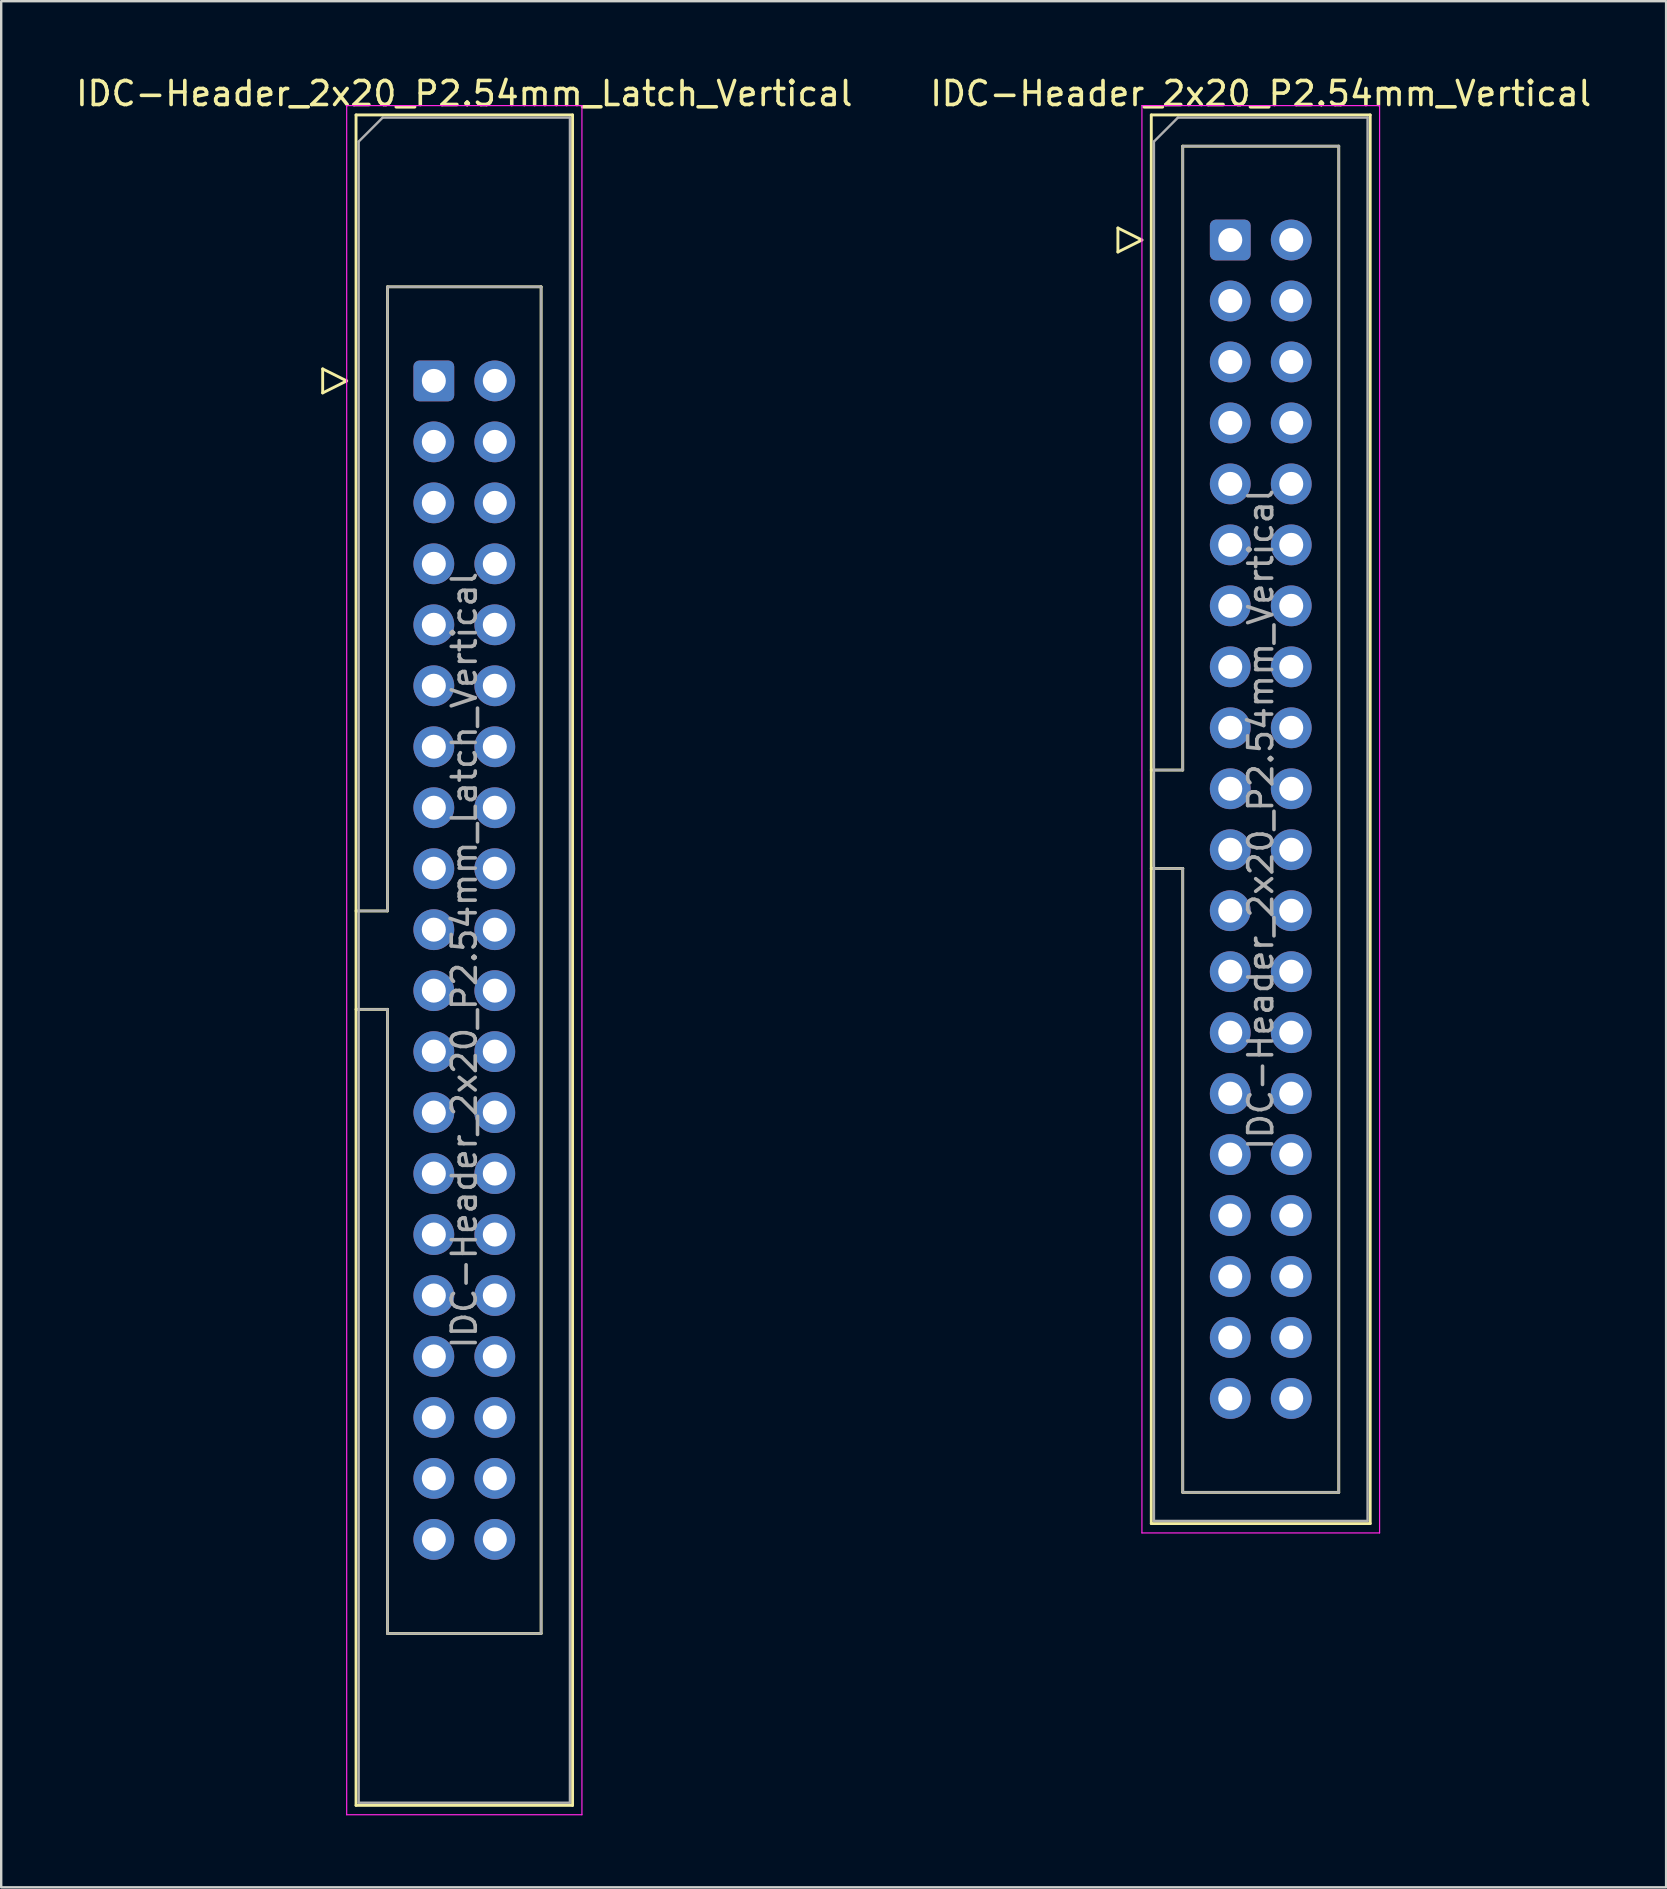
<source format=kicad_pcb>
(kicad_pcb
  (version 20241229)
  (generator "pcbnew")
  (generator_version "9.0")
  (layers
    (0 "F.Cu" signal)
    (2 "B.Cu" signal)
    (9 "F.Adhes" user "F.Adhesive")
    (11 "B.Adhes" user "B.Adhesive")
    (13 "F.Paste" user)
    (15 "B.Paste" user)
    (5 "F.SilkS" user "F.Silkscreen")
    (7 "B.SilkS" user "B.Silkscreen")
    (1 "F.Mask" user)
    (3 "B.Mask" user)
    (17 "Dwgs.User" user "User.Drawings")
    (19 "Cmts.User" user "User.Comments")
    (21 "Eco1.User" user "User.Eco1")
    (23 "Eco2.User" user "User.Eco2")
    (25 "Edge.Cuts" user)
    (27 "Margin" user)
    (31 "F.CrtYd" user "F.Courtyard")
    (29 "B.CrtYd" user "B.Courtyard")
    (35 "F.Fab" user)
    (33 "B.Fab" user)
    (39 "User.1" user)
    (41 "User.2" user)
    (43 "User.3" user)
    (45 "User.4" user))
  (footprint "IDC-Header_2x20_P2.54mm_Vertical"
    (layer "F.Cu")
    (at 48.2 6.948)
    (property "Reference" "IDC-Header_2x20_P2.54mm_Vertical" (at 1.27 -6.1 0) (layer "F.SilkS") (effects (font (size 1 1) (thickness 0.15))))
    (attr through_hole)
    (fp_line (start -4.68 -0.5) (end -4.68 0.5) (stroke (width 0.12) (type solid)) (layer "F.SilkS"))
    (fp_line (start -4.68 0.5) (end -3.68 0) (stroke (width 0.12) (type solid)) (layer "F.SilkS"))
    (fp_line (start -3.68 0) (end -4.68 -0.5) (stroke (width 0.12) (type solid)) (layer "F.SilkS"))
    (fp_line (start -3.29 -5.21) (end 5.83 -5.21) (stroke (width 0.12) (type solid)) (layer "F.SilkS"))
    (fp_line (start -3.29 22.08) (end -1.98 22.08) (stroke (width 0.12) (type solid)) (layer "F.SilkS"))
    (fp_line (start -3.29 53.47) (end -3.29 -5.21) (stroke (width 0.12) (type solid)) (layer "F.SilkS"))
    (fp_line (start -1.98 -3.91) (end 4.52 -3.91) (stroke (width 0.12) (type solid)) (layer "F.SilkS"))
    (fp_line (start -1.98 22.08) (end -1.98 -3.91) (stroke (width 0.12) (type solid)) (layer "F.SilkS"))
    (fp_line (start -1.98 26.18) (end -3.29 26.18) (stroke (width 0.12) (type solid)) (layer "F.SilkS"))
    (fp_line (start -1.98 26.18) (end -1.98 26.18) (stroke (width 0.12) (type solid)) (layer "F.SilkS"))
    (fp_line (start -1.98 52.17) (end -1.98 26.18) (stroke (width 0.12) (type solid)) (layer "F.SilkS"))
    (fp_line (start 4.52 -3.91) (end 4.52 52.17) (stroke (width 0.12) (type solid)) (layer "F.SilkS"))
    (fp_line (start 4.52 52.17) (end -1.98 52.17) (stroke (width 0.12) (type solid)) (layer "F.SilkS"))
    (fp_line (start 5.83 -5.21) (end 5.83 53.47) (stroke (width 0.12) (type solid)) (layer "F.SilkS"))
    (fp_line (start 5.83 53.47) (end -3.29 53.47) (stroke (width 0.12) (type solid)) (layer "F.SilkS"))
    (fp_line (start -3.68 -5.6) (end -3.68 53.86) (stroke (width 0.05) (type solid)) (layer "F.CrtYd"))
    (fp_line (start -3.68 53.86) (end 6.22 53.86) (stroke (width 0.05) (type solid)) (layer "F.CrtYd"))
    (fp_line (start 6.22 -5.6) (end -3.68 -5.6) (stroke (width 0.05) (type solid)) (layer "F.CrtYd"))
    (fp_line (start 6.22 53.86) (end 6.22 -5.6) (stroke (width 0.05) (type solid)) (layer "F.CrtYd"))
    (fp_line (start -3.18 -4.1) (end -2.18 -5.1) (stroke (width 0.1) (type solid)) (layer "F.Fab"))
    (fp_line (start -3.18 22.08) (end -1.98 22.08) (stroke (width 0.1) (type solid)) (layer "F.Fab"))
    (fp_line (start -3.18 53.36) (end -3.18 -4.1) (stroke (width 0.1) (type solid)) (layer "F.Fab"))
    (fp_line (start -2.18 -5.1) (end 5.72 -5.1) (stroke (width 0.1) (type solid)) (layer "F.Fab"))
    (fp_line (start -1.98 -3.91) (end 4.52 -3.91) (stroke (width 0.1) (type solid)) (layer "F.Fab"))
    (fp_line (start -1.98 22.08) (end -1.98 -3.91) (stroke (width 0.1) (type solid)) (layer "F.Fab"))
    (fp_line (start -1.98 26.18) (end -3.18 26.18) (stroke (width 0.1) (type solid)) (layer "F.Fab"))
    (fp_line (start -1.98 26.18) (end -1.98 26.18) (stroke (width 0.1) (type solid)) (layer "F.Fab"))
    (fp_line (start -1.98 52.17) (end -1.98 26.18) (stroke (width 0.1) (type solid)) (layer "F.Fab"))
    (fp_line (start 4.52 -3.91) (end 4.52 52.17) (stroke (width 0.1) (type solid)) (layer "F.Fab"))
    (fp_line (start 4.52 52.17) (end -1.98 52.17) (stroke (width 0.1) (type solid)) (layer "F.Fab"))
    (fp_line (start 5.72 -5.1) (end 5.72 53.36) (stroke (width 0.1) (type solid)) (layer "F.Fab"))
    (fp_line (start 5.72 53.36) (end -3.18 53.36) (stroke (width 0.1) (type solid)) (layer "F.Fab"))
    (fp_text user "${REFERENCE}" (at 1.27 24.13 90) (layer "F.Fab") (effects (font (size 1 1) (thickness 0.15))))
    (pad "1" thru_hole roundrect (at 0 0) (size 1.7 1.7) (drill 1) (layers "*.Cu" "*.Mask") (roundrect_rratio 0.147))
    (pad "2" thru_hole circle (at 2.54 0) (size 1.7 1.7) (drill 1) (layers "*.Cu" "*.Mask"))
    (pad "3" thru_hole circle (at 0 2.54) (size 1.7 1.7) (drill 1) (layers "*.Cu" "*.Mask"))
    (pad "4" thru_hole circle (at 2.54 2.54) (size 1.7 1.7) (drill 1) (layers "*.Cu" "*.Mask"))
    (pad "5" thru_hole circle (at 0 5.08) (size 1.7 1.7) (drill 1) (layers "*.Cu" "*.Mask"))
    (pad "6" thru_hole circle (at 2.54 5.08) (size 1.7 1.7) (drill 1) (layers "*.Cu" "*.Mask"))
    (pad "7" thru_hole circle (at 0 7.62) (size 1.7 1.7) (drill 1) (layers "*.Cu" "*.Mask"))
    (pad "8" thru_hole circle (at 2.54 7.62) (size 1.7 1.7) (drill 1) (layers "*.Cu" "*.Mask"))
    (pad "9" thru_hole circle (at 0 10.16) (size 1.7 1.7) (drill 1) (layers "*.Cu" "*.Mask"))
    (pad "10" thru_hole circle (at 2.54 10.16) (size 1.7 1.7) (drill 1) (layers "*.Cu" "*.Mask"))
    (pad "11" thru_hole circle (at 0 12.7) (size 1.7 1.7) (drill 1) (layers "*.Cu" "*.Mask"))
    (pad "12" thru_hole circle (at 2.54 12.7) (size 1.7 1.7) (drill 1) (layers "*.Cu" "*.Mask"))
    (pad "13" thru_hole circle (at 0 15.24) (size 1.7 1.7) (drill 1) (layers "*.Cu" "*.Mask"))
    (pad "14" thru_hole circle (at 2.54 15.24) (size 1.7 1.7) (drill 1) (layers "*.Cu" "*.Mask"))
    (pad "15" thru_hole circle (at 0 17.78) (size 1.7 1.7) (drill 1) (layers "*.Cu" "*.Mask"))
    (pad "16" thru_hole circle (at 2.54 17.78) (size 1.7 1.7) (drill 1) (layers "*.Cu" "*.Mask"))
    (pad "17" thru_hole circle (at 0 20.32) (size 1.7 1.7) (drill 1) (layers "*.Cu" "*.Mask"))
    (pad "18" thru_hole circle (at 2.54 20.32) (size 1.7 1.7) (drill 1) (layers "*.Cu" "*.Mask"))
    (pad "19" thru_hole circle (at 0 22.86) (size 1.7 1.7) (drill 1) (layers "*.Cu" "*.Mask"))
    (pad "20" thru_hole circle (at 2.54 22.86) (size 1.7 1.7) (drill 1) (layers "*.Cu" "*.Mask"))
    (pad "21" thru_hole circle (at 0 25.4) (size 1.7 1.7) (drill 1) (layers "*.Cu" "*.Mask"))
    (pad "22" thru_hole circle (at 2.54 25.4) (size 1.7 1.7) (drill 1) (layers "*.Cu" "*.Mask"))
    (pad "23" thru_hole circle (at 0 27.94) (size 1.7 1.7) (drill 1) (layers "*.Cu" "*.Mask"))
    (pad "24" thru_hole circle (at 2.54 27.94) (size 1.7 1.7) (drill 1) (layers "*.Cu" "*.Mask"))
    (pad "25" thru_hole circle (at 0 30.48) (size 1.7 1.7) (drill 1) (layers "*.Cu" "*.Mask"))
    (pad "26" thru_hole circle (at 2.54 30.48) (size 1.7 1.7) (drill 1) (layers "*.Cu" "*.Mask"))
    (pad "27" thru_hole circle (at 0 33.02) (size 1.7 1.7) (drill 1) (layers "*.Cu" "*.Mask"))
    (pad "28" thru_hole circle (at 2.54 33.02) (size 1.7 1.7) (drill 1) (layers "*.Cu" "*.Mask"))
    (pad "29" thru_hole circle (at 0 35.56) (size 1.7 1.7) (drill 1) (layers "*.Cu" "*.Mask"))
    (pad "30" thru_hole circle (at 2.54 35.56) (size 1.7 1.7) (drill 1) (layers "*.Cu" "*.Mask"))
    (pad "31" thru_hole circle (at 0 38.1) (size 1.7 1.7) (drill 1) (layers "*.Cu" "*.Mask"))
    (pad "32" thru_hole circle (at 2.54 38.1) (size 1.7 1.7) (drill 1) (layers "*.Cu" "*.Mask"))
    (pad "33" thru_hole circle (at 0 40.64) (size 1.7 1.7) (drill 1) (layers "*.Cu" "*.Mask"))
    (pad "34" thru_hole circle (at 2.54 40.64) (size 1.7 1.7) (drill 1) (layers "*.Cu" "*.Mask"))
    (pad "35" thru_hole circle (at 0 43.18) (size 1.7 1.7) (drill 1) (layers "*.Cu" "*.Mask"))
    (pad "36" thru_hole circle (at 2.54 43.18) (size 1.7 1.7) (drill 1) (layers "*.Cu" "*.Mask"))
    (pad "37" thru_hole circle (at 0 45.72) (size 1.7 1.7) (drill 1) (layers "*.Cu" "*.Mask"))
    (pad "38" thru_hole circle (at 2.54 45.72) (size 1.7 1.7) (drill 1) (layers "*.Cu" "*.Mask"))
    (pad "39" thru_hole circle (at 0 48.26) (size 1.7 1.7) (drill 1) (layers "*.Cu" "*.Mask"))
    (pad "40" thru_hole circle (at 2.54 48.26) (size 1.7 1.7) (drill 1) (layers "*.Cu" "*.Mask")))
  (footprint "IDC-Header_2x20_P2.54mm_Latch_Vertical"
    (layer "F.Cu")
    (at 15.022 12.818)
    (property "Reference" "IDC-Header_2x20_P2.54mm_Latch_Vertical" (at 1.27 -11.97 0) (layer "F.SilkS") (effects (font (size 1 1) (thickness 0.15))))
    (attr through_hole)
    (fp_line (start -4.63 -0.5) (end -4.63 0.5) (stroke (width 0.12) (type solid)) (layer "F.SilkS"))
    (fp_line (start -4.63 0.5) (end -3.63 0) (stroke (width 0.12) (type solid)) (layer "F.SilkS"))
    (fp_line (start -3.63 0) (end -4.63 -0.5) (stroke (width 0.12) (type solid)) (layer "F.SilkS"))
    (fp_line (start -3.24 -11.08) (end 5.78 -11.08) (stroke (width 0.12) (type solid)) (layer "F.SilkS"))
    (fp_line (start -3.24 22.08) (end -1.93 22.08) (stroke (width 0.12) (type solid)) (layer "F.SilkS"))
    (fp_line (start -3.24 59.34) (end -3.24 -11.08) (stroke (width 0.12) (type solid)) (layer "F.SilkS"))
    (fp_line (start -1.93 -3.92) (end 4.47 -3.92) (stroke (width 0.12) (type solid)) (layer "F.SilkS"))
    (fp_line (start -1.93 22.08) (end -1.93 -3.92) (stroke (width 0.12) (type solid)) (layer "F.SilkS"))
    (fp_line (start -1.93 26.18) (end -3.24 26.18) (stroke (width 0.12) (type solid)) (layer "F.SilkS"))
    (fp_line (start -1.93 26.18) (end -1.93 26.18) (stroke (width 0.12) (type solid)) (layer "F.SilkS"))
    (fp_line (start -1.93 52.18) (end -1.93 26.18) (stroke (width 0.12) (type solid)) (layer "F.SilkS"))
    (fp_line (start 4.47 -3.92) (end 4.47 52.18) (stroke (width 0.12) (type solid)) (layer "F.SilkS"))
    (fp_line (start 4.47 52.18) (end -1.93 52.18) (stroke (width 0.12) (type solid)) (layer "F.SilkS"))
    (fp_line (start 5.78 -11.08) (end 5.78 59.34) (stroke (width 0.12) (type solid)) (layer "F.SilkS"))
    (fp_line (start 5.78 59.34) (end -3.24 59.34) (stroke (width 0.12) (type solid)) (layer "F.SilkS"))
    (fp_line (start -3.63 -11.47) (end -3.63 59.73) (stroke (width 0.05) (type solid)) (layer "F.CrtYd"))
    (fp_line (start -3.63 59.73) (end 6.17 59.73) (stroke (width 0.05) (type solid)) (layer "F.CrtYd"))
    (fp_line (start 6.17 -11.47) (end -3.63 -11.47) (stroke (width 0.05) (type solid)) (layer "F.CrtYd"))
    (fp_line (start 6.17 59.73) (end 6.17 -11.47) (stroke (width 0.05) (type solid)) (layer "F.CrtYd"))
    (fp_line (start -3.13 -9.97) (end -2.13 -10.97) (stroke (width 0.1) (type solid)) (layer "F.Fab"))
    (fp_line (start -3.13 22.08) (end -1.93 22.08) (stroke (width 0.1) (type solid)) (layer "F.Fab"))
    (fp_line (start -3.13 59.23) (end -3.13 -9.97) (stroke (width 0.1) (type solid)) (layer "F.Fab"))
    (fp_line (start -2.13 -10.97) (end 5.67 -10.97) (stroke (width 0.1) (type solid)) (layer "F.Fab"))
    (fp_line (start -1.93 -3.92) (end 4.47 -3.92) (stroke (width 0.1) (type solid)) (layer "F.Fab"))
    (fp_line (start -1.93 22.08) (end -1.93 -3.92) (stroke (width 0.1) (type solid)) (layer "F.Fab"))
    (fp_line (start -1.93 26.18) (end -3.13 26.18) (stroke (width 0.1) (type solid)) (layer "F.Fab"))
    (fp_line (start -1.93 26.18) (end -1.93 26.18) (stroke (width 0.1) (type solid)) (layer "F.Fab"))
    (fp_line (start -1.93 52.18) (end -1.93 26.18) (stroke (width 0.1) (type solid)) (layer "F.Fab"))
    (fp_line (start 4.47 -3.92) (end 4.47 52.18) (stroke (width 0.1) (type solid)) (layer "F.Fab"))
    (fp_line (start 4.47 52.18) (end -1.93 52.18) (stroke (width 0.1) (type solid)) (layer "F.Fab"))
    (fp_line (start 5.67 -10.97) (end 5.67 59.23) (stroke (width 0.1) (type solid)) (layer "F.Fab"))
    (fp_line (start 5.67 59.23) (end -3.13 59.23) (stroke (width 0.1) (type solid)) (layer "F.Fab"))
    (fp_text user "${REFERENCE}" (at 1.27 24.13 90) (layer "F.Fab") (effects (font (size 1 1) (thickness 0.15))))
    (pad "1" thru_hole roundrect (at 0 0) (size 1.7 1.7) (drill 1) (layers "*.Cu" "*.Mask") (roundrect_rratio 0.147))
    (pad "2" thru_hole circle (at 2.54 0) (size 1.7 1.7) (drill 1) (layers "*.Cu" "*.Mask"))
    (pad "3" thru_hole circle (at 0 2.54) (size 1.7 1.7) (drill 1) (layers "*.Cu" "*.Mask"))
    (pad "4" thru_hole circle (at 2.54 2.54) (size 1.7 1.7) (drill 1) (layers "*.Cu" "*.Mask"))
    (pad "5" thru_hole circle (at 0 5.08) (size 1.7 1.7) (drill 1) (layers "*.Cu" "*.Mask"))
    (pad "6" thru_hole circle (at 2.54 5.08) (size 1.7 1.7) (drill 1) (layers "*.Cu" "*.Mask"))
    (pad "7" thru_hole circle (at 0 7.62) (size 1.7 1.7) (drill 1) (layers "*.Cu" "*.Mask"))
    (pad "8" thru_hole circle (at 2.54 7.62) (size 1.7 1.7) (drill 1) (layers "*.Cu" "*.Mask"))
    (pad "9" thru_hole circle (at 0 10.16) (size 1.7 1.7) (drill 1) (layers "*.Cu" "*.Mask"))
    (pad "10" thru_hole circle (at 2.54 10.16) (size 1.7 1.7) (drill 1) (layers "*.Cu" "*.Mask"))
    (pad "11" thru_hole circle (at 0 12.7) (size 1.7 1.7) (drill 1) (layers "*.Cu" "*.Mask"))
    (pad "12" thru_hole circle (at 2.54 12.7) (size 1.7 1.7) (drill 1) (layers "*.Cu" "*.Mask"))
    (pad "13" thru_hole circle (at 0 15.24) (size 1.7 1.7) (drill 1) (layers "*.Cu" "*.Mask"))
    (pad "14" thru_hole circle (at 2.54 15.24) (size 1.7 1.7) (drill 1) (layers "*.Cu" "*.Mask"))
    (pad "15" thru_hole circle (at 0 17.78) (size 1.7 1.7) (drill 1) (layers "*.Cu" "*.Mask"))
    (pad "16" thru_hole circle (at 2.54 17.78) (size 1.7 1.7) (drill 1) (layers "*.Cu" "*.Mask"))
    (pad "17" thru_hole circle (at 0 20.32) (size 1.7 1.7) (drill 1) (layers "*.Cu" "*.Mask"))
    (pad "18" thru_hole circle (at 2.54 20.32) (size 1.7 1.7) (drill 1) (layers "*.Cu" "*.Mask"))
    (pad "19" thru_hole circle (at 0 22.86) (size 1.7 1.7) (drill 1) (layers "*.Cu" "*.Mask"))
    (pad "20" thru_hole circle (at 2.54 22.86) (size 1.7 1.7) (drill 1) (layers "*.Cu" "*.Mask"))
    (pad "21" thru_hole circle (at 0 25.4) (size 1.7 1.7) (drill 1) (layers "*.Cu" "*.Mask"))
    (pad "22" thru_hole circle (at 2.54 25.4) (size 1.7 1.7) (drill 1) (layers "*.Cu" "*.Mask"))
    (pad "23" thru_hole circle (at 0 27.94) (size 1.7 1.7) (drill 1) (layers "*.Cu" "*.Mask"))
    (pad "24" thru_hole circle (at 2.54 27.94) (size 1.7 1.7) (drill 1) (layers "*.Cu" "*.Mask"))
    (pad "25" thru_hole circle (at 0 30.48) (size 1.7 1.7) (drill 1) (layers "*.Cu" "*.Mask"))
    (pad "26" thru_hole circle (at 2.54 30.48) (size 1.7 1.7) (drill 1) (layers "*.Cu" "*.Mask"))
    (pad "27" thru_hole circle (at 0 33.02) (size 1.7 1.7) (drill 1) (layers "*.Cu" "*.Mask"))
    (pad "28" thru_hole circle (at 2.54 33.02) (size 1.7 1.7) (drill 1) (layers "*.Cu" "*.Mask"))
    (pad "29" thru_hole circle (at 0 35.56) (size 1.7 1.7) (drill 1) (layers "*.Cu" "*.Mask"))
    (pad "30" thru_hole circle (at 2.54 35.56) (size 1.7 1.7) (drill 1) (layers "*.Cu" "*.Mask"))
    (pad "31" thru_hole circle (at 0 38.1) (size 1.7 1.7) (drill 1) (layers "*.Cu" "*.Mask"))
    (pad "32" thru_hole circle (at 2.54 38.1) (size 1.7 1.7) (drill 1) (layers "*.Cu" "*.Mask"))
    (pad "33" thru_hole circle (at 0 40.64) (size 1.7 1.7) (drill 1) (layers "*.Cu" "*.Mask"))
    (pad "34" thru_hole circle (at 2.54 40.64) (size 1.7 1.7) (drill 1) (layers "*.Cu" "*.Mask"))
    (pad "35" thru_hole circle (at 0 43.18) (size 1.7 1.7) (drill 1) (layers "*.Cu" "*.Mask"))
    (pad "36" thru_hole circle (at 2.54 43.18) (size 1.7 1.7) (drill 1) (layers "*.Cu" "*.Mask"))
    (pad "37" thru_hole circle (at 0 45.72) (size 1.7 1.7) (drill 1) (layers "*.Cu" "*.Mask"))
    (pad "38" thru_hole circle (at 2.54 45.72) (size 1.7 1.7) (drill 1) (layers "*.Cu" "*.Mask"))
    (pad "39" thru_hole circle (at 0 48.26) (size 1.7 1.7) (drill 1) (layers "*.Cu" "*.Mask"))
    (pad "40" thru_hole circle (at 2.54 48.26) (size 1.7 1.7) (drill 1) (layers "*.Cu" "*.Mask")))
  (gr_rect
    (start -3 -3)
    (end 66.357 75.573)
    (stroke (width 0.1) (type default))
    (fill no)
    (layer "Edge.Cuts")))
</source>
